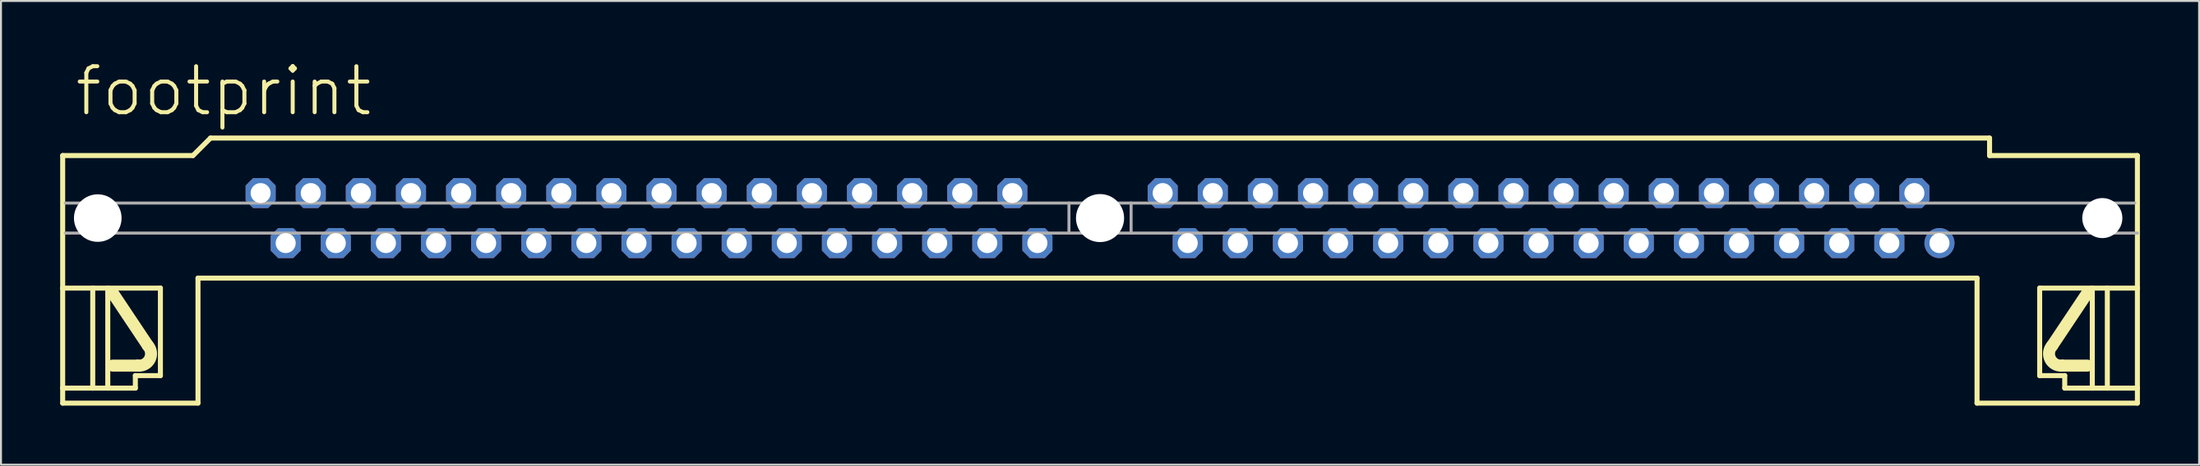
<source format=kicad_pcb>
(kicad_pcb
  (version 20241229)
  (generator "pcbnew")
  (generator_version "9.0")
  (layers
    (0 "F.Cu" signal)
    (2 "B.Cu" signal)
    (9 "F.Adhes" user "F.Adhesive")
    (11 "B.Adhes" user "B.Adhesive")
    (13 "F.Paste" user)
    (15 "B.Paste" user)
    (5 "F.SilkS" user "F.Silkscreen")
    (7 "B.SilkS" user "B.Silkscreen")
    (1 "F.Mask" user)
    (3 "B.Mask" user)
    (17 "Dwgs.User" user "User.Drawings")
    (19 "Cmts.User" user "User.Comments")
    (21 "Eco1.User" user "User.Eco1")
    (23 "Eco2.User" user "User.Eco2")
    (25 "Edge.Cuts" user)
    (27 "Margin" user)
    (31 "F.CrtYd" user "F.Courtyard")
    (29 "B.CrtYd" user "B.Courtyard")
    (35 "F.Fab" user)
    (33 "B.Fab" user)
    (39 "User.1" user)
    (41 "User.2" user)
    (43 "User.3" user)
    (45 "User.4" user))
  (footprint "footprint"
    (layer "F.Cu")
    (at 52.705 8.026)
    (property "Reference" "footprint" (at -52.07 -5.08 0) (layer "F.SilkS") (effects (font (size 2.337 2.337) (thickness 0.203)) (justify left bottom)))
    (fp_line (start -52.578 -3.175) (end -45.974 -3.175) (stroke (width 0.254) (type solid)) (layer "F.SilkS"))
    (fp_line (start -52.578 3.556) (end -52.578 -3.175) (stroke (width 0.254) (type solid)) (layer "F.SilkS"))
    (fp_line (start -52.578 3.556) (end -51.054 3.556) (stroke (width 0.254) (type solid)) (layer "F.SilkS"))
    (fp_line (start -52.578 8.636) (end -52.578 3.556) (stroke (width 0.254) (type solid)) (layer "F.SilkS"))
    (fp_line (start -52.578 8.636) (end -51.054 8.636) (stroke (width 0.254) (type solid)) (layer "F.SilkS"))
    (fp_line (start -52.578 9.398) (end -52.578 8.636) (stroke (width 0.254) (type solid)) (layer "F.SilkS"))
    (fp_line (start -52.578 9.398) (end -45.72 9.398) (stroke (width 0.254) (type solid)) (layer "F.SilkS"))
    (fp_line (start -51.054 3.556) (end -50.292 3.556) (stroke (width 0.254) (type solid)) (layer "F.SilkS"))
    (fp_line (start -51.054 8.636) (end -51.054 3.556) (stroke (width 0.254) (type solid)) (layer "F.SilkS"))
    (fp_line (start -51.054 8.636) (end -50.292 8.636) (stroke (width 0.254) (type solid)) (layer "F.SilkS"))
    (fp_line (start -50.292 3.556) (end -47.625 3.556) (stroke (width 0.254) (type solid)) (layer "F.SilkS"))
    (fp_line (start -50.292 8.636) (end -50.292 3.556) (stroke (width 0.254) (type solid)) (layer "F.SilkS"))
    (fp_line (start -50.292 8.636) (end -48.895 8.636) (stroke (width 0.254) (type solid)) (layer "F.SilkS"))
    (fp_line (start -48.895 8.001) (end -48.895 8.636) (stroke (width 0.254) (type solid)) (layer "F.SilkS"))
    (fp_line (start -48.768 7.493) (end -50.038 7.493) (stroke (width 0.61) (type solid)) (layer "F.SilkS"))
    (fp_line (start -48.26 6.477) (end -50.038 3.81) (stroke (width 0.61) (type solid)) (layer "F.SilkS"))
    (fp_line (start -47.625 3.556) (end -47.625 8.001) (stroke (width 0.254) (type solid)) (layer "F.SilkS"))
    (fp_line (start -47.625 8.001) (end -48.895 8.001) (stroke (width 0.254) (type solid)) (layer "F.SilkS"))
    (fp_line (start -45.974 -3.175) (end -45.085 -4.064) (stroke (width 0.254) (type solid)) (layer "F.SilkS"))
    (fp_line (start -45.72 3.048) (end -45.72 9.398) (stroke (width 0.254) (type solid)) (layer "F.SilkS"))
    (fp_line (start -45.72 3.048) (end 44.45 3.048) (stroke (width 0.254) (type solid)) (layer "F.SilkS"))
    (fp_line (start 44.45 3.048) (end 44.45 9.398) (stroke (width 0.254) (type solid)) (layer "F.SilkS"))
    (fp_line (start 45.085 -4.064) (end -45.085 -4.064) (stroke (width 0.254) (type solid)) (layer "F.SilkS"))
    (fp_line (start 45.085 -3.175) (end 45.085 -4.064) (stroke (width 0.254) (type solid)) (layer "F.SilkS"))
    (fp_line (start 47.625 3.556) (end 47.625 8.001) (stroke (width 0.254) (type solid)) (layer "F.SilkS"))
    (fp_line (start 47.625 8.001) (end 48.895 8.001) (stroke (width 0.254) (type solid)) (layer "F.SilkS"))
    (fp_line (start 48.26 6.477) (end 50.038 3.81) (stroke (width 0.61) (type solid)) (layer "F.SilkS"))
    (fp_line (start 48.768 7.493) (end 50.038 7.493) (stroke (width 0.61) (type solid)) (layer "F.SilkS"))
    (fp_line (start 48.895 8.001) (end 48.895 8.636) (stroke (width 0.254) (type solid)) (layer "F.SilkS"))
    (fp_line (start 50.292 3.556) (end 47.625 3.556) (stroke (width 0.254) (type solid)) (layer "F.SilkS"))
    (fp_line (start 50.292 8.636) (end 48.895 8.636) (stroke (width 0.254) (type solid)) (layer "F.SilkS"))
    (fp_line (start 50.292 8.636) (end 50.292 3.556) (stroke (width 0.254) (type solid)) (layer "F.SilkS"))
    (fp_line (start 51.054 3.556) (end 50.292 3.556) (stroke (width 0.254) (type solid)) (layer "F.SilkS"))
    (fp_line (start 51.054 8.636) (end 50.292 8.636) (stroke (width 0.254) (type solid)) (layer "F.SilkS"))
    (fp_line (start 51.054 8.636) (end 51.054 3.556) (stroke (width 0.254) (type solid)) (layer "F.SilkS"))
    (fp_line (start 52.578 -3.175) (end 45.085 -3.175) (stroke (width 0.254) (type solid)) (layer "F.SilkS"))
    (fp_line (start 52.578 3.556) (end 51.054 3.556) (stroke (width 0.254) (type solid)) (layer "F.SilkS"))
    (fp_line (start 52.578 3.556) (end 52.578 -3.175) (stroke (width 0.254) (type solid)) (layer "F.SilkS"))
    (fp_line (start 52.578 8.636) (end 51.054 8.636) (stroke (width 0.254) (type solid)) (layer "F.SilkS"))
    (fp_line (start 52.578 8.636) (end 52.578 3.556) (stroke (width 0.254) (type solid)) (layer "F.SilkS"))
    (fp_line (start 52.578 9.398) (end 44.45 9.398) (stroke (width 0.254) (type solid)) (layer "F.SilkS"))
    (fp_line (start 52.578 9.398) (end 52.578 8.636) (stroke (width 0.254) (type solid)) (layer "F.SilkS"))
    (fp_arc (start -48.2599 6.476899) (mid -48.161891 7.160996) (end -48.768 7.493) (stroke (width 0.6096) (type solid)) (layer "F.SilkS"))
    (fp_arc (start 48.768 7.492899) (mid 48.162003 7.160965) (end 48.26 6.477) (stroke (width 0.6096) (type solid)) (layer "F.SilkS"))
    (fp_line (start -52.451 -0.762) (end -1.575 -0.762) (stroke (width 0.152) (type solid)) (layer "F.Fab"))
    (fp_line (start -52.451 0.762) (end -1.575 0.762) (stroke (width 0.152) (type solid)) (layer "F.Fab"))
    (fp_line (start -1.575 -0.762) (end 1.575 -0.762) (stroke (width 0.152) (type solid)) (layer "F.Fab"))
    (fp_line (start -1.575 0.762) (end -1.575 -0.762) (stroke (width 0.152) (type solid)) (layer "F.Fab"))
    (fp_line (start -1.575 0.762) (end 1.575 0.762) (stroke (width 0.152) (type solid)) (layer "F.Fab"))
    (fp_line (start 1.575 0.762) (end 1.575 -0.762) (stroke (width 0.152) (type solid)) (layer "F.Fab"))
    (fp_line (start 52.451 -0.762) (end 1.575 -0.762) (stroke (width 0.152) (type solid)) (layer "F.Fab"))
    (fp_line (start 52.578 0.762) (end 1.575 0.762) (stroke (width 0.152) (type solid)) (layer "F.Fab"))
    (pad "" np_thru_hole circle (at -50.8 0) (size 2.413 2.413) (drill 2.413) (layers "*.Cu" "*.Mask"))
    (pad "" np_thru_hole circle (at 0 0) (size 2.438 2.438) (drill 2.438) (layers "*.Cu" "*.Mask"))
    (pad "" np_thru_hole circle (at 50.8 0) (size 2.032 2.032) (drill 2.032) (layers "*.Cu" "*.Mask"))
    (pad "1" thru_hole circle (at 42.545 1.27) (size 1.524 1.524) (drill 1.016) (layers "*.Cu" "*.Mask"))
    (pad "2" thru_hole roundrect (at 41.275 -1.27) (size 1.524 1.524) (drill 1.016) (layers "*.Cu" "*.Mask") (roundrect_rratio 0.25) (chamfer_ratio 0.25) (chamfer top_left top_right bottom_left bottom_right))
    (pad "3" thru_hole roundrect (at 40.005 1.27) (size 1.524 1.524) (drill 1.016) (layers "*.Cu" "*.Mask") (roundrect_rratio 0.25) (chamfer_ratio 0.25) (chamfer top_left top_right bottom_left bottom_right))
    (pad "4" thru_hole roundrect (at 38.735 -1.27) (size 1.524 1.524) (drill 1.016) (layers "*.Cu" "*.Mask") (roundrect_rratio 0.25) (chamfer_ratio 0.25) (chamfer top_left top_right bottom_left bottom_right))
    (pad "5" thru_hole roundrect (at 37.465 1.27) (size 1.524 1.524) (drill 1.016) (layers "*.Cu" "*.Mask") (roundrect_rratio 0.25) (chamfer_ratio 0.25) (chamfer top_left top_right bottom_left bottom_right))
    (pad "6" thru_hole roundrect (at 36.195 -1.27) (size 1.524 1.524) (drill 1.016) (layers "*.Cu" "*.Mask") (roundrect_rratio 0.25) (chamfer_ratio 0.25) (chamfer top_left top_right bottom_left bottom_right))
    (pad "7" thru_hole roundrect (at 34.925 1.27) (size 1.524 1.524) (drill 1.016) (layers "*.Cu" "*.Mask") (roundrect_rratio 0.25) (chamfer_ratio 0.25) (chamfer top_left top_right bottom_left bottom_right))
    (pad "8" thru_hole roundrect (at 33.655 -1.27) (size 1.524 1.524) (drill 1.016) (layers "*.Cu" "*.Mask") (roundrect_rratio 0.25) (chamfer_ratio 0.25) (chamfer top_left top_right bottom_left bottom_right))
    (pad "9" thru_hole roundrect (at 32.385 1.27) (size 1.524 1.524) (drill 1.016) (layers "*.Cu" "*.Mask") (roundrect_rratio 0.25) (chamfer_ratio 0.25) (chamfer top_left top_right bottom_left bottom_right))
    (pad "10" thru_hole roundrect (at 31.115 -1.27) (size 1.524 1.524) (drill 1.016) (layers "*.Cu" "*.Mask") (roundrect_rratio 0.25) (chamfer_ratio 0.25) (chamfer top_left top_right bottom_left bottom_right))
    (pad "11" thru_hole roundrect (at 29.845 1.27) (size 1.524 1.524) (drill 1.016) (layers "*.Cu" "*.Mask") (roundrect_rratio 0.25) (chamfer_ratio 0.25) (chamfer top_left top_right bottom_left bottom_right))
    (pad "12" thru_hole roundrect (at 28.575 -1.27) (size 1.524 1.524) (drill 1.016) (layers "*.Cu" "*.Mask") (roundrect_rratio 0.25) (chamfer_ratio 0.25) (chamfer top_left top_right bottom_left bottom_right))
    (pad "13" thru_hole roundrect (at 27.305 1.27) (size 1.524 1.524) (drill 1.016) (layers "*.Cu" "*.Mask") (roundrect_rratio 0.25) (chamfer_ratio 0.25) (chamfer top_left top_right bottom_left bottom_right))
    (pad "14" thru_hole roundrect (at 26.035 -1.27) (size 1.524 1.524) (drill 1.016) (layers "*.Cu" "*.Mask") (roundrect_rratio 0.25) (chamfer_ratio 0.25) (chamfer top_left top_right bottom_left bottom_right))
    (pad "15" thru_hole roundrect (at 24.765 1.27) (size 1.524 1.524) (drill 1.016) (layers "*.Cu" "*.Mask") (roundrect_rratio 0.25) (chamfer_ratio 0.25) (chamfer top_left top_right bottom_left bottom_right))
    (pad "16" thru_hole roundrect (at 23.495 -1.27) (size 1.524 1.524) (drill 1.016) (layers "*.Cu" "*.Mask") (roundrect_rratio 0.25) (chamfer_ratio 0.25) (chamfer top_left top_right bottom_left bottom_right))
    (pad "17" thru_hole roundrect (at 22.225 1.27) (size 1.524 1.524) (drill 1.016) (layers "*.Cu" "*.Mask") (roundrect_rratio 0.25) (chamfer_ratio 0.25) (chamfer top_left top_right bottom_left bottom_right))
    (pad "18" thru_hole roundrect (at 20.955 -1.27) (size 1.524 1.524) (drill 1.016) (layers "*.Cu" "*.Mask") (roundrect_rratio 0.25) (chamfer_ratio 0.25) (chamfer top_left top_right bottom_left bottom_right))
    (pad "19" thru_hole roundrect (at 19.685 1.27) (size 1.524 1.524) (drill 1.016) (layers "*.Cu" "*.Mask") (roundrect_rratio 0.25) (chamfer_ratio 0.25) (chamfer top_left top_right bottom_left bottom_right))
    (pad "20" thru_hole roundrect (at 18.415 -1.27) (size 1.524 1.524) (drill 1.016) (layers "*.Cu" "*.Mask") (roundrect_rratio 0.25) (chamfer_ratio 0.25) (chamfer top_left top_right bottom_left bottom_right))
    (pad "21" thru_hole roundrect (at 17.145 1.27) (size 1.524 1.524) (drill 1.016) (layers "*.Cu" "*.Mask") (roundrect_rratio 0.25) (chamfer_ratio 0.25) (chamfer top_left top_right bottom_left bottom_right))
    (pad "22" thru_hole roundrect (at 15.875 -1.27) (size 1.524 1.524) (drill 1.016) (layers "*.Cu" "*.Mask") (roundrect_rratio 0.25) (chamfer_ratio 0.25) (chamfer top_left top_right bottom_left bottom_right))
    (pad "23" thru_hole roundrect (at 14.605 1.27) (size 1.524 1.524) (drill 1.016) (layers "*.Cu" "*.Mask") (roundrect_rratio 0.25) (chamfer_ratio 0.25) (chamfer top_left top_right bottom_left bottom_right))
    (pad "24" thru_hole roundrect (at 13.335 -1.27) (size 1.524 1.524) (drill 1.016) (layers "*.Cu" "*.Mask") (roundrect_rratio 0.25) (chamfer_ratio 0.25) (chamfer top_left top_right bottom_left bottom_right))
    (pad "25" thru_hole roundrect (at 12.065 1.27) (size 1.524 1.524) (drill 1.016) (layers "*.Cu" "*.Mask") (roundrect_rratio 0.25) (chamfer_ratio 0.25) (chamfer top_left top_right bottom_left bottom_right))
    (pad "26" thru_hole roundrect (at 10.795 -1.27) (size 1.524 1.524) (drill 1.016) (layers "*.Cu" "*.Mask") (roundrect_rratio 0.25) (chamfer_ratio 0.25) (chamfer top_left top_right bottom_left bottom_right))
    (pad "27" thru_hole roundrect (at 9.525 1.27) (size 1.524 1.524) (drill 1.016) (layers "*.Cu" "*.Mask") (roundrect_rratio 0.25) (chamfer_ratio 0.25) (chamfer top_left top_right bottom_left bottom_right))
    (pad "28" thru_hole roundrect (at 8.255 -1.27) (size 1.524 1.524) (drill 1.016) (layers "*.Cu" "*.Mask") (roundrect_rratio 0.25) (chamfer_ratio 0.25) (chamfer top_left top_right bottom_left bottom_right))
    (pad "29" thru_hole roundrect (at 6.985 1.27) (size 1.524 1.524) (drill 1.016) (layers "*.Cu" "*.Mask") (roundrect_rratio 0.25) (chamfer_ratio 0.25) (chamfer top_left top_right bottom_left bottom_right))
    (pad "30" thru_hole roundrect (at 5.715 -1.27) (size 1.524 1.524) (drill 1.016) (layers "*.Cu" "*.Mask") (roundrect_rratio 0.25) (chamfer_ratio 0.25) (chamfer top_left top_right bottom_left bottom_right))
    (pad "31" thru_hole roundrect (at 4.445 1.27) (size 1.524 1.524) (drill 1.016) (layers "*.Cu" "*.Mask") (roundrect_rratio 0.25) (chamfer_ratio 0.25) (chamfer top_left top_right bottom_left bottom_right))
    (pad "32" thru_hole roundrect (at 3.175 -1.27) (size 1.524 1.524) (drill 1.016) (layers "*.Cu" "*.Mask") (roundrect_rratio 0.25) (chamfer_ratio 0.25) (chamfer top_left top_right bottom_left bottom_right))
    (pad "33" thru_hole roundrect (at -3.175 1.27) (size 1.524 1.524) (drill 1.016) (layers "*.Cu" "*.Mask") (roundrect_rratio 0.25) (chamfer_ratio 0.25) (chamfer top_left top_right bottom_left bottom_right))
    (pad "34" thru_hole roundrect (at -4.445 -1.27) (size 1.524 1.524) (drill 1.016) (layers "*.Cu" "*.Mask") (roundrect_rratio 0.25) (chamfer_ratio 0.25) (chamfer top_left top_right bottom_left bottom_right))
    (pad "35" thru_hole roundrect (at -5.715 1.27) (size 1.524 1.524) (drill 1.016) (layers "*.Cu" "*.Mask") (roundrect_rratio 0.25) (chamfer_ratio 0.25) (chamfer top_left top_right bottom_left bottom_right))
    (pad "36" thru_hole roundrect (at -6.985 -1.27) (size 1.524 1.524) (drill 1.016) (layers "*.Cu" "*.Mask") (roundrect_rratio 0.25) (chamfer_ratio 0.25) (chamfer top_left top_right bottom_left bottom_right))
    (pad "37" thru_hole roundrect (at -8.255 1.27) (size 1.524 1.524) (drill 1.016) (layers "*.Cu" "*.Mask") (roundrect_rratio 0.25) (chamfer_ratio 0.25) (chamfer top_left top_right bottom_left bottom_right))
    (pad "38" thru_hole roundrect (at -9.525 -1.27) (size 1.524 1.524) (drill 1.016) (layers "*.Cu" "*.Mask") (roundrect_rratio 0.25) (chamfer_ratio 0.25) (chamfer top_left top_right bottom_left bottom_right))
    (pad "39" thru_hole roundrect (at -10.795 1.27) (size 1.524 1.524) (drill 1.016) (layers "*.Cu" "*.Mask") (roundrect_rratio 0.25) (chamfer_ratio 0.25) (chamfer top_left top_right bottom_left bottom_right))
    (pad "40" thru_hole roundrect (at -12.065 -1.27) (size 1.524 1.524) (drill 1.016) (layers "*.Cu" "*.Mask") (roundrect_rratio 0.25) (chamfer_ratio 0.25) (chamfer top_left top_right bottom_left bottom_right))
    (pad "41" thru_hole roundrect (at -13.335 1.27) (size 1.524 1.524) (drill 1.016) (layers "*.Cu" "*.Mask") (roundrect_rratio 0.25) (chamfer_ratio 0.25) (chamfer top_left top_right bottom_left bottom_right))
    (pad "42" thru_hole roundrect (at -14.605 -1.27) (size 1.524 1.524) (drill 1.016) (layers "*.Cu" "*.Mask") (roundrect_rratio 0.25) (chamfer_ratio 0.25) (chamfer top_left top_right bottom_left bottom_right))
    (pad "43" thru_hole roundrect (at -15.875 1.27) (size 1.524 1.524) (drill 1.016) (layers "*.Cu" "*.Mask") (roundrect_rratio 0.25) (chamfer_ratio 0.25) (chamfer top_left top_right bottom_left bottom_right))
    (pad "44" thru_hole roundrect (at -17.145 -1.27) (size 1.524 1.524) (drill 1.016) (layers "*.Cu" "*.Mask") (roundrect_rratio 0.25) (chamfer_ratio 0.25) (chamfer top_left top_right bottom_left bottom_right))
    (pad "45" thru_hole roundrect (at -18.415 1.27) (size 1.524 1.524) (drill 1.016) (layers "*.Cu" "*.Mask") (roundrect_rratio 0.25) (chamfer_ratio 0.25) (chamfer top_left top_right bottom_left bottom_right))
    (pad "46" thru_hole roundrect (at -19.685 -1.27) (size 1.524 1.524) (drill 1.016) (layers "*.Cu" "*.Mask") (roundrect_rratio 0.25) (chamfer_ratio 0.25) (chamfer top_left top_right bottom_left bottom_right))
    (pad "47" thru_hole roundrect (at -20.955 1.27) (size 1.524 1.524) (drill 1.016) (layers "*.Cu" "*.Mask") (roundrect_rratio 0.25) (chamfer_ratio 0.25) (chamfer top_left top_right bottom_left bottom_right))
    (pad "48" thru_hole roundrect (at -22.225 -1.27) (size 1.524 1.524) (drill 1.016) (layers "*.Cu" "*.Mask") (roundrect_rratio 0.25) (chamfer_ratio 0.25) (chamfer top_left top_right bottom_left bottom_right))
    (pad "49" thru_hole roundrect (at -23.495 1.27) (size 1.524 1.524) (drill 1.016) (layers "*.Cu" "*.Mask") (roundrect_rratio 0.25) (chamfer_ratio 0.25) (chamfer top_left top_right bottom_left bottom_right))
    (pad "50" thru_hole roundrect (at -24.765 -1.27) (size 1.524 1.524) (drill 1.016) (layers "*.Cu" "*.Mask") (roundrect_rratio 0.25) (chamfer_ratio 0.25) (chamfer top_left top_right bottom_left bottom_right))
    (pad "51" thru_hole roundrect (at -26.035 1.27) (size 1.524 1.524) (drill 1.016) (layers "*.Cu" "*.Mask") (roundrect_rratio 0.25) (chamfer_ratio 0.25) (chamfer top_left top_right bottom_left bottom_right))
    (pad "52" thru_hole roundrect (at -27.305 -1.27) (size 1.524 1.524) (drill 1.016) (layers "*.Cu" "*.Mask") (roundrect_rratio 0.25) (chamfer_ratio 0.25) (chamfer top_left top_right bottom_left bottom_right))
    (pad "53" thru_hole roundrect (at -28.575 1.27) (size 1.524 1.524) (drill 1.016) (layers "*.Cu" "*.Mask") (roundrect_rratio 0.25) (chamfer_ratio 0.25) (chamfer top_left top_right bottom_left bottom_right))
    (pad "54" thru_hole roundrect (at -29.845 -1.27) (size 1.524 1.524) (drill 1.016) (layers "*.Cu" "*.Mask") (roundrect_rratio 0.25) (chamfer_ratio 0.25) (chamfer top_left top_right bottom_left bottom_right))
    (pad "55" thru_hole roundrect (at -31.115 1.27) (size 1.524 1.524) (drill 1.016) (layers "*.Cu" "*.Mask") (roundrect_rratio 0.25) (chamfer_ratio 0.25) (chamfer top_left top_right bottom_left bottom_right))
    (pad "56" thru_hole roundrect (at -32.385 -1.27) (size 1.524 1.524) (drill 1.016) (layers "*.Cu" "*.Mask") (roundrect_rratio 0.25) (chamfer_ratio 0.25) (chamfer top_left top_right bottom_left bottom_right))
    (pad "57" thru_hole roundrect (at -33.655 1.27) (size 1.524 1.524) (drill 1.016) (layers "*.Cu" "*.Mask") (roundrect_rratio 0.25) (chamfer_ratio 0.25) (chamfer top_left top_right bottom_left bottom_right))
    (pad "58" thru_hole roundrect (at -34.925 -1.27) (size 1.524 1.524) (drill 1.016) (layers "*.Cu" "*.Mask") (roundrect_rratio 0.25) (chamfer_ratio 0.25) (chamfer top_left top_right bottom_left bottom_right))
    (pad "59" thru_hole roundrect (at -36.195 1.27) (size 1.524 1.524) (drill 1.016) (layers "*.Cu" "*.Mask") (roundrect_rratio 0.25) (chamfer_ratio 0.25) (chamfer top_left top_right bottom_left bottom_right))
    (pad "60" thru_hole roundrect (at -37.465 -1.27) (size 1.524 1.524) (drill 1.016) (layers "*.Cu" "*.Mask") (roundrect_rratio 0.25) (chamfer_ratio 0.25) (chamfer top_left top_right bottom_left bottom_right))
    (pad "61" thru_hole roundrect (at -38.735 1.27) (size 1.524 1.524) (drill 1.016) (layers "*.Cu" "*.Mask") (roundrect_rratio 0.25) (chamfer_ratio 0.25) (chamfer top_left top_right bottom_left bottom_right))
    (pad "62" thru_hole roundrect (at -40.005 -1.27) (size 1.524 1.524) (drill 1.016) (layers "*.Cu" "*.Mask") (roundrect_rratio 0.25) (chamfer_ratio 0.25) (chamfer top_left top_right bottom_left bottom_right))
    (pad "63" thru_hole roundrect (at -41.275 1.27) (size 1.524 1.524) (drill 1.016) (layers "*.Cu" "*.Mask") (roundrect_rratio 0.25) (chamfer_ratio 0.25) (chamfer top_left top_right bottom_left bottom_right))
    (pad "64" thru_hole roundrect (at -42.545 -1.27) (size 1.524 1.524) (drill 1.016) (layers "*.Cu" "*.Mask") (roundrect_rratio 0.25) (chamfer_ratio 0.25) (chamfer top_left top_right bottom_left bottom_right)))
  (gr_rect
    (start -3 -3)
    (end 108.41 20.551)
    (stroke (width 0.1) (type default))
    (fill no)
    (layer "Edge.Cuts")))
</source>
